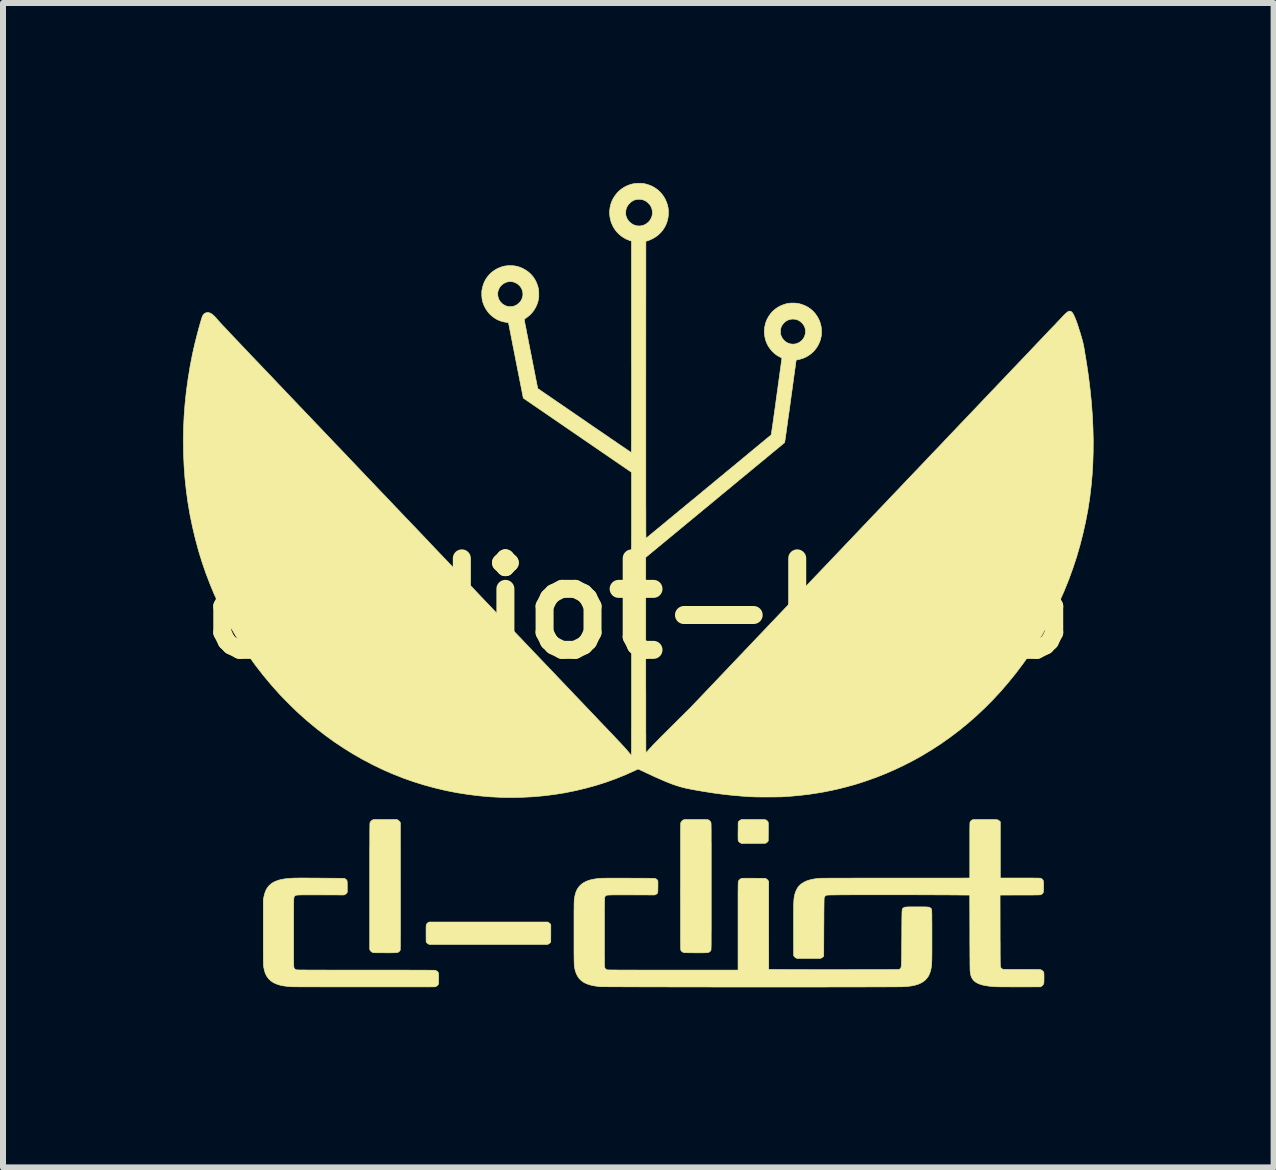
<source format=kicad_pcb>
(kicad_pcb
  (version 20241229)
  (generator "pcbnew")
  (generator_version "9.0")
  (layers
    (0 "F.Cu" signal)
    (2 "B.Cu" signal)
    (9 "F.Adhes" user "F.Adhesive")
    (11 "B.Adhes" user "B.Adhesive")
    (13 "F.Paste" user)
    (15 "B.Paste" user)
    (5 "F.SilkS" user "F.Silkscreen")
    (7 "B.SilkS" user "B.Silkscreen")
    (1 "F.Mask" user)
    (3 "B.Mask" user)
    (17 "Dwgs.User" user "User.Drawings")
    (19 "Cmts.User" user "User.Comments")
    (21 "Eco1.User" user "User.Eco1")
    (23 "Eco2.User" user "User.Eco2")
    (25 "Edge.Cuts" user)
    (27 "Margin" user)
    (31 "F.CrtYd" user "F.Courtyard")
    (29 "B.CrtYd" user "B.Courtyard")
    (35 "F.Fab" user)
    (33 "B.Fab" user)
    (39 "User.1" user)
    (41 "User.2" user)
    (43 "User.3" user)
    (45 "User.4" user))
  (footprint "d-diot-logo"
    (layer "F.Cu")
    (at 7.584 7.088)
    (property "Reference" "d-diot-logo" (at 0 0 0) (layer "F.SilkS") (effects (font (size 1.524 1.524) (thickness 0.3))))
    (attr through_hole)
    (fp_poly (pts (xy -1.495 5.231) (xy -1.483 5.24) (xy -1.471 5.25) (xy -1.462 5.261) (xy -1.458 5.271) (xy -1.457 5.276) (xy -1.457 5.286) (xy -1.457 5.303) (xy -1.457 5.323) (xy -1.457 5.348) (xy -1.457 5.375) (xy -1.457 5.405) (xy -1.457 5.417) (xy -1.458 5.556) (xy -1.467 5.568) (xy -1.476 5.577) (xy -1.487 5.585) (xy -1.494 5.589) (xy -1.512 5.598) (xy -3.48 5.598) (xy -3.498 5.589) (xy -3.515 5.578) (xy -3.525 5.567) (xy -3.534 5.553) (xy -3.535 5.42) (xy -3.535 5.38) (xy -3.535 5.346) (xy -3.535 5.318) (xy -3.534 5.297) (xy -3.533 5.282) (xy -3.532 5.274) (xy -3.532 5.273) (xy -3.524 5.255) (xy -3.51 5.24) (xy -3.497 5.231) (xy -3.483 5.224) (xy -1.509 5.224) (xy -1.495 5.231)) (stroke (width 0.01) (type solid)) (fill yes) (layer "F.SilkS"))
    (fp_poly (pts (xy 2.032 3.516) (xy 2.061 3.516) (xy 2.083 3.517) (xy 2.099 3.517) (xy 2.11 3.518) (xy 2.113 3.519) (xy 2.133 3.526) (xy 2.149 3.538) (xy 2.161 3.552) (xy 2.161 3.553) (xy 2.162 3.556) (xy 2.164 3.56) (xy 2.165 3.564) (xy 2.166 3.57) (xy 2.166 3.579) (xy 2.167 3.589) (xy 2.167 3.604) (xy 2.167 3.622) (xy 2.167 3.645) (xy 2.167 3.674) (xy 2.167 3.708) (xy 2.167 3.72) (xy 2.166 3.873) (xy 2.156 3.886) (xy 2.147 3.895) (xy 2.136 3.904) (xy 2.133 3.906) (xy 2.129 3.907) (xy 2.126 3.909) (xy 2.123 3.91) (xy 2.118 3.911) (xy 2.111 3.912) (xy 2.102 3.912) (xy 2.09 3.913) (xy 2.075 3.913) (xy 2.056 3.913) (xy 2.033 3.914) (xy 2.005 3.914) (xy 1.971 3.914) (xy 1.931 3.914) (xy 1.92 3.914) (xy 1.722 3.915) (xy 1.705 3.907) (xy 1.689 3.897) (xy 1.676 3.885) (xy 1.667 3.872) (xy 1.665 3.863) (xy 1.664 3.858) (xy 1.664 3.846) (xy 1.664 3.829) (xy 1.663 3.808) (xy 1.663 3.783) (xy 1.663 3.754) (xy 1.663 3.724) (xy 1.664 3.706) (xy 1.665 3.56) (xy 1.675 3.547) (xy 1.685 3.538) (xy 1.697 3.529) (xy 1.702 3.526) (xy 1.719 3.517) (xy 1.908 3.516) (xy 1.956 3.516) (xy 1.997 3.516) (xy 2.032 3.516)) (stroke (width 0.01) (type solid)) (fill yes) (layer "F.SilkS"))
    (fp_poly (pts (xy -4.237 3.516) (xy -4.209 3.516) (xy -4.018 3.517) (xy -4.002 3.527) (xy -3.99 3.536) (xy -3.979 3.547) (xy -3.975 3.552) (xy -3.964 3.567) (xy -3.963 4.626) (xy -3.963 4.733) (xy -3.963 4.833) (xy -3.963 4.927) (xy -3.963 5.015) (xy -3.963 5.097) (xy -3.963 5.172) (xy -3.963 5.242) (xy -3.963 5.306) (xy -3.963 5.365) (xy -3.963 5.418) (xy -3.963 5.466) (xy -3.964 5.509) (xy -3.964 5.547) (xy -3.964 5.58) (xy -3.964 5.609) (xy -3.964 5.633) (xy -3.965 5.653) (xy -3.965 5.669) (xy -3.965 5.681) (xy -3.966 5.689) (xy -3.966 5.693) (xy -3.966 5.694) (xy -3.971 5.702) (xy -3.979 5.711) (xy -3.984 5.715) (xy -3.989 5.72) (xy -3.994 5.724) (xy -4 5.727) (xy -4.006 5.729) (xy -4.014 5.732) (xy -4.024 5.733) (xy -4.036 5.735) (xy -4.051 5.735) (xy -4.071 5.736) (xy -4.094 5.736) (xy -4.122 5.737) (xy -4.156 5.737) (xy -4.195 5.737) (xy -4.218 5.737) (xy -4.253 5.736) (xy -4.286 5.736) (xy -4.317 5.736) (xy -4.345 5.736) (xy -4.369 5.736) (xy -4.388 5.735) (xy -4.403 5.735) (xy -4.411 5.735) (xy -4.413 5.735) (xy -4.428 5.73) (xy -4.443 5.721) (xy -4.456 5.71) (xy -4.465 5.698) (xy -4.466 5.697) (xy -4.474 5.681) (xy -4.474 4.63) (xy -4.474 4.53) (xy -4.474 4.436) (xy -4.474 4.349) (xy -4.474 4.268) (xy -4.474 4.192) (xy -4.474 4.123) (xy -4.474 4.059) (xy -4.474 4) (xy -4.473 3.946) (xy -4.473 3.896) (xy -4.473 3.852) (xy -4.473 3.811) (xy -4.473 3.775) (xy -4.473 3.742) (xy -4.473 3.713) (xy -4.473 3.688) (xy -4.472 3.666) (xy -4.472 3.646) (xy -4.472 3.63) (xy -4.472 3.616) (xy -4.471 3.604) (xy -4.471 3.594) (xy -4.471 3.586) (xy -4.47 3.58) (xy -4.47 3.575) (xy -4.469 3.571) (xy -4.469 3.569) (xy -4.468 3.566) (xy -4.468 3.565) (xy -4.467 3.564) (xy -4.459 3.551) (xy -4.446 3.537) (xy -4.431 3.526) (xy -4.417 3.519) (xy -4.415 3.519) (xy -4.41 3.518) (xy -4.4 3.517) (xy -4.386 3.517) (xy -4.367 3.516) (xy -4.343 3.516) (xy -4.314 3.516) (xy -4.278 3.516) (xy -4.237 3.516)) (stroke (width 0.01) (type solid)) (fill yes) (layer "F.SilkS"))
    (fp_poly (pts (xy 0.941 3.516) (xy 0.969 3.516) (xy 1.01 3.516) (xy 1.045 3.517) (xy 1.074 3.517) (xy 1.098 3.517) (xy 1.117 3.517) (xy 1.133 3.518) (xy 1.145 3.518) (xy 1.154 3.519) (xy 1.16 3.52) (xy 1.165 3.521) (xy 1.169 3.522) (xy 1.171 3.523) (xy 1.186 3.533) (xy 1.199 3.547) (xy 1.209 3.562) (xy 1.21 3.564) (xy 1.211 3.565) (xy 1.211 3.567) (xy 1.212 3.57) (xy 1.212 3.574) (xy 1.212 3.58) (xy 1.213 3.587) (xy 1.213 3.596) (xy 1.214 3.607) (xy 1.214 3.62) (xy 1.214 3.636) (xy 1.214 3.654) (xy 1.215 3.675) (xy 1.215 3.699) (xy 1.215 3.727) (xy 1.215 3.758) (xy 1.215 3.793) (xy 1.215 3.832) (xy 1.215 3.876) (xy 1.216 3.923) (xy 1.216 3.976) (xy 1.216 4.033) (xy 1.216 4.096) (xy 1.216 4.164) (xy 1.216 4.237) (xy 1.216 4.316) (xy 1.216 4.401) (xy 1.216 4.493) (xy 1.216 4.591) (xy 1.216 4.632) (xy 1.216 4.732) (xy 1.216 4.826) (xy 1.216 4.913) (xy 1.216 4.994) (xy 1.216 5.07) (xy 1.216 5.14) (xy 1.216 5.204) (xy 1.216 5.263) (xy 1.216 5.317) (xy 1.216 5.367) (xy 1.215 5.411) (xy 1.215 5.452) (xy 1.215 5.488) (xy 1.215 5.521) (xy 1.215 5.55) (xy 1.215 5.575) (xy 1.215 5.598) (xy 1.214 5.617) (xy 1.214 5.634) (xy 1.214 5.648) (xy 1.213 5.659) (xy 1.213 5.669) (xy 1.213 5.677) (xy 1.212 5.683) (xy 1.212 5.688) (xy 1.212 5.692) (xy 1.211 5.694) (xy 1.21 5.696) (xy 1.21 5.697) (xy 1.209 5.699) (xy 1.202 5.708) (xy 1.193 5.717) (xy 1.191 5.718) (xy 1.186 5.722) (xy 1.181 5.725) (xy 1.175 5.728) (xy 1.169 5.731) (xy 1.161 5.732) (xy 1.15 5.734) (xy 1.138 5.735) (xy 1.122 5.736) (xy 1.102 5.736) (xy 1.077 5.737) (xy 1.048 5.737) (xy 1.014 5.737) (xy 0.973 5.737) (xy 0.96 5.737) (xy 0.925 5.737) (xy 0.892 5.736) (xy 0.861 5.736) (xy 0.833 5.736) (xy 0.809 5.735) (xy 0.789 5.735) (xy 0.775 5.735) (xy 0.766 5.734) (xy 0.764 5.734) (xy 0.751 5.73) (xy 0.738 5.723) (xy 0.727 5.716) (xy 0.721 5.711) (xy 0.716 5.704) (xy 0.71 5.694) (xy 0.71 5.694) (xy 0.709 5.693) (xy 0.709 5.69) (xy 0.708 5.687) (xy 0.708 5.682) (xy 0.708 5.676) (xy 0.707 5.668) (xy 0.707 5.659) (xy 0.707 5.647) (xy 0.706 5.632) (xy 0.706 5.616) (xy 0.706 5.596) (xy 0.706 5.573) (xy 0.705 5.547) (xy 0.705 5.517) (xy 0.705 5.484) (xy 0.705 5.447) (xy 0.705 5.405) (xy 0.705 5.36) (xy 0.705 5.309) (xy 0.705 5.254) (xy 0.705 5.194) (xy 0.705 5.128) (xy 0.705 5.057) (xy 0.705 4.981) (xy 0.705 4.898) (xy 0.704 4.809) (xy 0.704 4.714) (xy 0.705 4.631) (xy 0.705 4.53) (xy 0.705 4.437) (xy 0.705 4.35) (xy 0.705 4.268) (xy 0.705 4.193) (xy 0.705 4.123) (xy 0.705 4.059) (xy 0.705 4) (xy 0.705 3.946) (xy 0.705 3.897) (xy 0.705 3.852) (xy 0.705 3.811) (xy 0.705 3.775) (xy 0.705 3.743) (xy 0.705 3.714) (xy 0.706 3.688) (xy 0.706 3.666) (xy 0.706 3.647) (xy 0.706 3.63) (xy 0.707 3.616) (xy 0.707 3.604) (xy 0.707 3.594) (xy 0.708 3.586) (xy 0.708 3.58) (xy 0.708 3.575) (xy 0.709 3.571) (xy 0.709 3.569) (xy 0.71 3.566) (xy 0.711 3.565) (xy 0.711 3.564) (xy 0.72 3.551) (xy 0.732 3.537) (xy 0.747 3.526) (xy 0.762 3.519) (xy 0.763 3.519) (xy 0.768 3.518) (xy 0.778 3.517) (xy 0.792 3.517) (xy 0.811 3.516) (xy 0.835 3.516) (xy 0.864 3.516) (xy 0.9 3.516) (xy 0.941 3.516)) (stroke (width 0.01) (type solid)) (fill yes) (layer "F.SilkS"))
    (fp_poly (pts (xy -5.566 4.491) (xy -5.519 4.491) (xy -5.467 4.492) (xy -5.408 4.492) (xy -5.344 4.492) (xy -5.292 4.493) (xy -4.899 4.496) (xy -4.885 4.503) (xy -4.87 4.513) (xy -4.859 4.526) (xy -4.851 4.539) (xy -4.851 4.541) (xy -4.85 4.547) (xy -4.849 4.558) (xy -4.849 4.574) (xy -4.848 4.594) (xy -4.848 4.617) (xy -4.848 4.638) (xy -4.848 4.727) (xy -4.857 4.741) (xy -4.87 4.755) (xy -4.884 4.764) (xy -4.902 4.773) (xy -5.292 4.772) (xy -5.353 4.772) (xy -5.409 4.772) (xy -5.458 4.772) (xy -5.501 4.772) (xy -5.539 4.772) (xy -5.573 4.772) (xy -5.601 4.772) (xy -5.626 4.773) (xy -5.647 4.773) (xy -5.664 4.774) (xy -5.678 4.775) (xy -5.689 4.776) (xy -5.698 4.777) (xy -5.705 4.778) (xy -5.71 4.78) (xy -5.714 4.782) (xy -5.717 4.784) (xy -5.72 4.787) (xy -5.722 4.789) (xy -5.725 4.792) (xy -5.727 4.795) (xy -5.729 4.797) (xy -5.731 4.799) (xy -5.732 4.802) (xy -5.734 4.805) (xy -5.735 4.81) (xy -5.736 4.815) (xy -5.737 4.823) (xy -5.738 4.832) (xy -5.739 4.843) (xy -5.74 4.857) (xy -5.74 4.874) (xy -5.741 4.894) (xy -5.741 4.917) (xy -5.741 4.944) (xy -5.742 4.975) (xy -5.742 5.01) (xy -5.742 5.05) (xy -5.742 5.096) (xy -5.742 5.146) (xy -5.742 5.202) (xy -5.742 5.264) (xy -5.742 5.331) (xy -5.742 5.398) (xy -5.742 5.471) (xy -5.742 5.538) (xy -5.742 5.598) (xy -5.742 5.653) (xy -5.742 5.702) (xy -5.742 5.745) (xy -5.742 5.784) (xy -5.742 5.818) (xy -5.742 5.848) (xy -5.741 5.874) (xy -5.741 5.896) (xy -5.741 5.915) (xy -5.741 5.931) (xy -5.74 5.944) (xy -5.74 5.955) (xy -5.739 5.963) (xy -5.739 5.97) (xy -5.738 5.975) (xy -5.738 5.979) (xy -5.737 5.982) (xy -5.736 5.984) (xy -5.736 5.985) (xy -5.726 6.002) (xy -5.713 6.014) (xy -5.695 6.021) (xy -5.693 6.021) (xy -5.689 6.022) (xy -5.68 6.022) (xy -5.666 6.022) (xy -5.648 6.023) (xy -5.624 6.023) (xy -5.595 6.023) (xy -5.561 6.023) (xy -5.522 6.024) (xy -5.477 6.024) (xy -5.426 6.024) (xy -5.37 6.024) (xy -5.308 6.024) (xy -5.24 6.024) (xy -5.167 6.025) (xy -5.087 6.025) (xy -5.001 6.025) (xy -4.908 6.025) (xy -4.81 6.025) (xy -4.704 6.025) (xy -4.592 6.025) (xy -4.535 6.025) (xy -4.421 6.025) (xy -4.312 6.025) (xy -4.209 6.025) (xy -4.112 6.025) (xy -4.02 6.025) (xy -3.935 6.025) (xy -3.855 6.025) (xy -3.781 6.026) (xy -3.713 6.026) (xy -3.652 6.026) (xy -3.596 6.026) (xy -3.547 6.026) (xy -3.504 6.027) (xy -3.467 6.027) (xy -3.437 6.027) (xy -3.414 6.027) (xy -3.397 6.028) (xy -3.387 6.028) (xy -3.383 6.028) (xy -3.366 6.035) (xy -3.35 6.046) (xy -3.338 6.058) (xy -3.332 6.066) (xy -3.33 6.071) (xy -3.329 6.077) (xy -3.328 6.084) (xy -3.327 6.094) (xy -3.326 6.107) (xy -3.326 6.124) (xy -3.326 6.147) (xy -3.326 6.166) (xy -3.326 6.192) (xy -3.326 6.212) (xy -3.326 6.228) (xy -3.327 6.239) (xy -3.328 6.248) (xy -3.329 6.254) (xy -3.33 6.259) (xy -3.333 6.264) (xy -3.333 6.265) (xy -3.343 6.279) (xy -3.357 6.29) (xy -3.374 6.299) (xy -3.389 6.304) (xy -3.394 6.304) (xy -3.405 6.304) (xy -3.422 6.304) (xy -3.445 6.304) (xy -3.474 6.305) (xy -3.508 6.305) (xy -3.547 6.305) (xy -3.59 6.305) (xy -3.638 6.305) (xy -3.69 6.305) (xy -3.746 6.305) (xy -3.806 6.305) (xy -3.868 6.305) (xy -3.934 6.305) (xy -4.002 6.305) (xy -4.072 6.305) (xy -4.145 6.305) (xy -4.219 6.305) (xy -4.294 6.305) (xy -4.371 6.305) (xy -4.448 6.305) (xy -4.526 6.305) (xy -4.605 6.305) (xy -4.683 6.305) (xy -4.76 6.305) (xy -4.837 6.305) (xy -4.913 6.305) (xy -4.988 6.305) (xy -5.061 6.305) (xy -5.133 6.305) (xy -5.202 6.305) (xy -5.269 6.305) (xy -5.333 6.304) (xy -5.393 6.304) (xy -5.451 6.304) (xy -5.505 6.304) (xy -5.555 6.304) (xy -5.6 6.304) (xy -5.641 6.304) (xy -5.678 6.303) (xy -5.709 6.303) (xy -5.734 6.303) (xy -5.754 6.303) (xy -5.768 6.303) (xy -5.776 6.302) (xy -5.776 6.302) (xy -5.842 6.297) (xy -5.902 6.289) (xy -5.956 6.279) (xy -6.005 6.265) (xy -6.049 6.248) (xy -6.087 6.228) (xy -6.121 6.205) (xy -6.15 6.178) (xy -6.176 6.148) (xy -6.182 6.138) (xy -6.2 6.108) (xy -6.215 6.074) (xy -6.227 6.036) (xy -6.237 5.992) (xy -6.241 5.971) (xy -6.241 5.966) (xy -6.242 5.961) (xy -6.243 5.954) (xy -6.243 5.947) (xy -6.244 5.939) (xy -6.244 5.928) (xy -6.245 5.916) (xy -6.245 5.901) (xy -6.245 5.883) (xy -6.246 5.863) (xy -6.246 5.839) (xy -6.246 5.811) (xy -6.246 5.78) (xy -6.246 5.744) (xy -6.247 5.703) (xy -6.247 5.657) (xy -6.247 5.606) (xy -6.247 5.549) (xy -6.247 5.486) (xy -6.247 5.417) (xy -6.247 4.858) (xy -6.239 4.814) (xy -6.228 4.766) (xy -6.215 4.724) (xy -6.199 4.686) (xy -6.179 4.653) (xy -6.156 4.624) (xy -6.141 4.609) (xy -6.114 4.586) (xy -6.083 4.565) (xy -6.049 4.548) (xy -6.01 4.533) (xy -5.967 4.52) (xy -5.92 4.51) (xy -5.866 4.502) (xy -5.808 4.497) (xy -5.761 4.494) (xy -5.745 4.493) (xy -5.726 4.492) (xy -5.703 4.492) (xy -5.675 4.492) (xy -5.644 4.491) (xy -5.607 4.491) (xy -5.566 4.491)) (stroke (width 0.01) (type solid)) (fill yes) (layer "F.SilkS"))
    (fp_poly (pts (xy 5.884 3.516) (xy 5.91 3.516) (xy 5.932 3.516) (xy 5.95 3.517) (xy 5.965 3.518) (xy 5.977 3.52) (xy 5.986 3.521) (xy 5.993 3.524) (xy 6 3.527) (xy 6.005 3.53) (xy 6.01 3.534) (xy 6.016 3.539) (xy 6.016 3.539) (xy 6.032 3.553) (xy 6.032 4.491) (xy 6.359 4.491) (xy 6.421 4.491) (xy 6.476 4.491) (xy 6.525 4.491) (xy 6.567 4.491) (xy 6.604 4.492) (xy 6.634 4.492) (xy 6.659 4.492) (xy 6.677 4.493) (xy 6.691 4.493) (xy 6.699 4.494) (xy 6.701 4.494) (xy 6.715 4.5) (xy 6.729 4.51) (xy 6.741 4.522) (xy 6.748 4.534) (xy 6.75 4.541) (xy 6.751 4.554) (xy 6.752 4.571) (xy 6.753 4.592) (xy 6.753 4.614) (xy 6.753 4.638) (xy 6.753 4.661) (xy 6.753 4.683) (xy 6.752 4.702) (xy 6.751 4.718) (xy 6.749 4.729) (xy 6.748 4.732) (xy 6.739 4.747) (xy 6.724 4.76) (xy 6.711 4.767) (xy 6.708 4.768) (xy 6.705 4.769) (xy 6.701 4.77) (xy 6.695 4.771) (xy 6.688 4.771) (xy 6.678 4.772) (xy 6.666 4.772) (xy 6.65 4.773) (xy 6.632 4.773) (xy 6.609 4.773) (xy 6.582 4.774) (xy 6.55 4.774) (xy 6.513 4.774) (xy 6.471 4.774) (xy 6.423 4.774) (xy 6.368 4.774) (xy 6.363 4.774) (xy 6.028 4.775) (xy 6.029 5.365) (xy 6.029 5.442) (xy 6.029 5.511) (xy 6.03 5.575) (xy 6.03 5.632) (xy 6.03 5.684) (xy 6.03 5.731) (xy 6.03 5.772) (xy 6.031 5.809) (xy 6.031 5.841) (xy 6.031 5.868) (xy 6.031 5.892) (xy 6.032 5.912) (xy 6.032 5.929) (xy 6.033 5.942) (xy 6.033 5.953) (xy 6.034 5.96) (xy 6.034 5.966) (xy 6.035 5.97) (xy 6.035 5.97) (xy 6.043 5.987) (xy 6.057 6.001) (xy 6.073 6.01) (xy 6.077 6.011) (xy 6.082 6.012) (xy 6.092 6.012) (xy 6.107 6.013) (xy 6.127 6.013) (xy 6.152 6.014) (xy 6.182 6.014) (xy 6.218 6.014) (xy 6.261 6.015) (xy 6.309 6.015) (xy 6.364 6.015) (xy 6.388 6.015) (xy 6.432 6.015) (xy 6.475 6.015) (xy 6.516 6.015) (xy 6.553 6.015) (xy 6.588 6.015) (xy 6.618 6.016) (xy 6.645 6.016) (xy 6.666 6.016) (xy 6.682 6.016) (xy 6.693 6.017) (xy 6.696 6.017) (xy 6.713 6.022) (xy 6.73 6.032) (xy 6.744 6.044) (xy 6.752 6.055) (xy 6.755 6.06) (xy 6.756 6.065) (xy 6.758 6.071) (xy 6.759 6.079) (xy 6.759 6.089) (xy 6.76 6.104) (xy 6.76 6.123) (xy 6.76 6.147) (xy 6.76 6.156) (xy 6.76 6.185) (xy 6.759 6.208) (xy 6.759 6.225) (xy 6.758 6.238) (xy 6.757 6.247) (xy 6.755 6.253) (xy 6.755 6.253) (xy 6.746 6.268) (xy 6.733 6.283) (xy 6.718 6.295) (xy 6.714 6.297) (xy 6.701 6.304) (xy 6.362 6.305) (xy 6.313 6.305) (xy 6.265 6.305) (xy 6.219 6.305) (xy 6.175 6.304) (xy 6.134 6.304) (xy 6.096 6.304) (xy 6.061 6.304) (xy 6.031 6.304) (xy 6.006 6.303) (xy 5.986 6.303) (xy 5.972 6.303) (xy 5.969 6.302) (xy 5.902 6.298) (xy 5.841 6.292) (xy 5.787 6.284) (xy 5.739 6.274) (xy 5.696 6.261) (xy 5.659 6.246) (xy 5.628 6.23) (xy 5.602 6.21) (xy 5.581 6.189) (xy 5.577 6.184) (xy 5.562 6.161) (xy 5.55 6.137) (xy 5.541 6.111) (xy 5.535 6.081) (xy 5.53 6.045) (xy 5.53 6.043) (xy 5.529 6.034) (xy 5.529 6.018) (xy 5.528 5.996) (xy 5.528 5.968) (xy 5.527 5.933) (xy 5.527 5.892) (xy 5.527 5.844) (xy 5.526 5.79) (xy 5.526 5.729) (xy 5.526 5.661) (xy 5.525 5.587) (xy 5.525 5.506) (xy 5.525 5.418) (xy 5.525 5.389) (xy 5.523 4.775) (xy 5.345 4.774) (xy 5.308 4.773) (xy 5.265 4.773) (xy 5.217 4.773) (xy 5.163 4.772) (xy 5.105 4.772) (xy 5.043 4.772) (xy 4.977 4.772) (xy 4.908 4.771) (xy 4.835 4.771) (xy 4.761 4.771) (xy 4.684 4.771) (xy 4.606 4.77) (xy 4.526 4.77) (xy 4.446 4.77) (xy 4.365 4.77) (xy 4.285 4.77) (xy 4.205 4.77) (xy 4.127 4.77) (xy 4.05 4.77) (xy 3.974 4.77) (xy 3.902 4.77) (xy 3.832 4.77) (xy 3.765 4.77) (xy 3.702 4.77) (xy 3.643 4.77) (xy 3.588 4.77) (xy 3.539 4.77) (xy 3.495 4.771) (xy 3.457 4.771) (xy 3.425 4.771) (xy 3.424 4.771) (xy 3.374 4.771) (xy 3.33 4.772) (xy 3.291 4.772) (xy 3.259 4.773) (xy 3.231 4.773) (xy 3.208 4.773) (xy 3.189 4.774) (xy 3.173 4.774) (xy 3.161 4.775) (xy 3.151 4.775) (xy 3.144 4.776) (xy 3.139 4.777) (xy 3.135 4.778) (xy 3.132 4.779) (xy 3.129 4.78) (xy 3.128 4.781) (xy 3.114 4.791) (xy 3.103 4.807) (xy 3.098 4.822) (xy 3.097 4.827) (xy 3.097 4.838) (xy 3.096 4.855) (xy 3.096 4.878) (xy 3.095 4.908) (xy 3.095 4.944) (xy 3.094 4.986) (xy 3.094 5.034) (xy 3.093 5.089) (xy 3.093 5.15) (xy 3.093 5.219) (xy 3.092 5.293) (xy 3.092 5.312) (xy 3.09 5.79) (xy 3.083 5.8) (xy 3.075 5.808) (xy 3.064 5.816) (xy 3.056 5.821) (xy 3.036 5.83) (xy 2.643 5.83) (xy 2.626 5.821) (xy 2.611 5.811) (xy 2.599 5.798) (xy 2.589 5.784) (xy 2.588 5.367) (xy 2.588 5.298) (xy 2.588 5.235) (xy 2.588 5.179) (xy 2.588 5.128) (xy 2.588 5.082) (xy 2.588 5.042) (xy 2.589 5.005) (xy 2.589 4.973) (xy 2.589 4.945) (xy 2.59 4.921) (xy 2.591 4.899) (xy 2.592 4.88) (xy 2.593 4.863) (xy 2.594 4.848) (xy 2.595 4.835) (xy 2.597 4.823) (xy 2.598 4.812) (xy 2.599 4.807) (xy 2.61 4.757) (xy 2.626 4.711) (xy 2.645 4.671) (xy 2.668 4.636) (xy 2.696 4.606) (xy 2.717 4.589) (xy 2.745 4.57) (xy 2.776 4.553) (xy 2.809 4.538) (xy 2.846 4.526) (xy 2.888 4.515) (xy 2.935 4.506) (xy 2.987 4.499) (xy 2.992 4.498) (xy 2.997 4.498) (xy 3.003 4.497) (xy 3.009 4.497) (xy 3.016 4.496) (xy 3.024 4.496) (xy 3.033 4.496) (xy 3.044 4.495) (xy 3.056 4.495) (xy 3.071 4.495) (xy 3.088 4.494) (xy 3.107 4.494) (xy 3.129 4.494) (xy 3.153 4.494) (xy 3.181 4.493) (xy 3.213 4.493) (xy 3.248 4.493) (xy 3.286 4.493) (xy 3.329 4.493) (xy 3.376 4.493) (xy 3.428 4.493) (xy 3.485 4.493) (xy 3.546 4.493) (xy 3.613 4.492) (xy 3.685 4.492) (xy 3.763 4.492) (xy 3.846 4.492) (xy 3.936 4.492) (xy 4.033 4.492) (xy 4.101 4.492) (xy 4.188 4.492) (xy 4.274 4.492) (xy 4.358 4.492) (xy 4.442 4.492) (xy 4.524 4.492) (xy 4.604 4.492) (xy 4.681 4.492) (xy 4.756 4.492) (xy 4.828 4.492) (xy 4.897 4.492) (xy 4.963 4.492) (xy 5.024 4.492) (xy 5.082 4.492) (xy 5.135 4.492) (xy 5.183 4.492) (xy 5.225 4.492) (xy 5.263 4.492) (xy 5.295 4.492) (xy 5.32 4.492) (xy 5.339 4.492) (xy 5.342 4.492) (xy 5.524 4.491) (xy 5.524 4.032) (xy 5.524 3.966) (xy 5.524 3.907) (xy 5.524 3.854) (xy 5.524 3.806) (xy 5.524 3.764) (xy 5.524 3.727) (xy 5.524 3.695) (xy 5.524 3.668) (xy 5.525 3.644) (xy 5.525 3.624) (xy 5.525 3.608) (xy 5.526 3.594) (xy 5.526 3.584) (xy 5.526 3.575) (xy 5.527 3.569) (xy 5.528 3.565) (xy 5.528 3.562) (xy 5.529 3.56) (xy 5.539 3.543) (xy 5.553 3.53) (xy 5.563 3.524) (xy 5.566 3.523) (xy 5.569 3.521) (xy 5.573 3.52) (xy 5.578 3.519) (xy 5.585 3.519) (xy 5.594 3.518) (xy 5.607 3.518) (xy 5.623 3.517) (xy 5.643 3.517) (xy 5.667 3.517) (xy 5.697 3.516) (xy 5.732 3.516) (xy 5.77 3.516) (xy 5.814 3.516) (xy 5.852 3.516) (xy 5.884 3.516)) (stroke (width 0.01) (type solid)) (fill yes) (layer "F.SilkS"))
    (fp_poly (pts (xy -0.368 4.493) (xy -0.317 4.493) (xy -0.26 4.493) (xy -0.197 4.493) (xy -0.171 4.493) (xy -0.11 4.494) (xy -0.052 4.494) (xy 0.002 4.494) (xy 0.052 4.494) (xy 0.098 4.495) (xy 0.14 4.495) (xy 0.177 4.495) (xy 0.208 4.496) (xy 0.234 4.496) (xy 0.254 4.497) (xy 0.269 4.497) (xy 0.277 4.497) (xy 0.278 4.498) (xy 0.297 4.506) (xy 0.313 4.518) (xy 0.321 4.528) (xy 0.323 4.531) (xy 0.325 4.535) (xy 0.326 4.539) (xy 0.327 4.545) (xy 0.328 4.554) (xy 0.328 4.566) (xy 0.328 4.582) (xy 0.328 4.603) (xy 0.328 4.63) (xy 0.328 4.636) (xy 0.327 4.666) (xy 0.327 4.691) (xy 0.326 4.71) (xy 0.325 4.725) (xy 0.323 4.736) (xy 0.319 4.744) (xy 0.315 4.75) (xy 0.309 4.755) (xy 0.302 4.759) (xy 0.292 4.764) (xy 0.292 4.764) (xy 0.273 4.773) (xy -0.115 4.772) (xy -0.176 4.772) (xy -0.231 4.772) (xy -0.28 4.772) (xy -0.324 4.772) (xy -0.362 4.772) (xy -0.395 4.772) (xy -0.423 4.772) (xy -0.447 4.773) (xy -0.468 4.773) (xy -0.485 4.774) (xy -0.499 4.775) (xy -0.51 4.776) (xy -0.519 4.777) (xy -0.526 4.778) (xy -0.531 4.78) (xy -0.535 4.782) (xy -0.539 4.784) (xy -0.541 4.786) (xy -0.544 4.789) (xy -0.546 4.791) (xy -0.548 4.794) (xy -0.55 4.796) (xy -0.552 4.798) (xy -0.554 4.8) (xy -0.555 4.804) (xy -0.557 4.808) (xy -0.558 4.813) (xy -0.559 4.821) (xy -0.56 4.83) (xy -0.561 4.841) (xy -0.561 4.855) (xy -0.562 4.871) (xy -0.562 4.891) (xy -0.563 4.914) (xy -0.563 4.941) (xy -0.563 4.972) (xy -0.564 5.007) (xy -0.564 5.047) (xy -0.564 5.092) (xy -0.564 5.142) (xy -0.564 5.198) (xy -0.564 5.259) (xy -0.564 5.327) (xy -0.564 5.398) (xy -0.564 5.471) (xy -0.564 5.538) (xy -0.564 5.598) (xy -0.564 5.653) (xy -0.564 5.702) (xy -0.564 5.745) (xy -0.564 5.784) (xy -0.563 5.818) (xy -0.563 5.848) (xy -0.563 5.874) (xy -0.563 5.896) (xy -0.563 5.915) (xy -0.562 5.931) (xy -0.562 5.944) (xy -0.562 5.955) (xy -0.561 5.963) (xy -0.561 5.97) (xy -0.56 5.975) (xy -0.559 5.979) (xy -0.559 5.982) (xy -0.558 5.984) (xy -0.558 5.985) (xy -0.548 6.002) (xy -0.535 6.014) (xy -0.516 6.021) (xy -0.515 6.021) (xy -0.511 6.022) (xy -0.502 6.022) (xy -0.488 6.022) (xy -0.469 6.023) (xy -0.445 6.023) (xy -0.416 6.023) (xy -0.382 6.023) (xy -0.342 6.024) (xy -0.297 6.024) (xy -0.246 6.024) (xy -0.19 6.024) (xy -0.127 6.024) (xy -0.059 6.024) (xy 0.015 6.025) (xy 0.095 6.025) (xy 0.182 6.025) (xy 0.275 6.025) (xy 0.375 6.025) (xy 0.481 6.025) (xy 0.583 6.025) (xy 1.663 6.025) (xy 1.663 5.291) (xy 1.663 5.208) (xy 1.663 5.131) (xy 1.663 5.061) (xy 1.663 4.996) (xy 1.663 4.937) (xy 1.663 4.884) (xy 1.663 4.836) (xy 1.663 4.793) (xy 1.663 4.754) (xy 1.663 4.72) (xy 1.664 4.689) (xy 1.664 4.663) (xy 1.664 4.64) (xy 1.664 4.62) (xy 1.665 4.604) (xy 1.665 4.59) (xy 1.665 4.578) (xy 1.666 4.569) (xy 1.666 4.562) (xy 1.666 4.556) (xy 1.667 4.551) (xy 1.668 4.548) (xy 1.668 4.546) (xy 1.669 4.544) (xy 1.669 4.543) (xy 1.678 4.53) (xy 1.69 4.517) (xy 1.704 4.506) (xy 1.717 4.498) (xy 1.72 4.498) (xy 1.727 4.497) (xy 1.739 4.496) (xy 1.757 4.495) (xy 1.782 4.495) (xy 1.812 4.495) (xy 1.85 4.495) (xy 1.893 4.495) (xy 1.926 4.495) (xy 2.118 4.496) (xy 2.134 4.505) (xy 2.146 4.514) (xy 2.157 4.525) (xy 2.161 4.531) (xy 2.173 4.547) (xy 2.173 5.28) (xy 2.174 6.014) (xy 2.47 6.016) (xy 2.502 6.016) (xy 2.54 6.017) (xy 2.584 6.017) (xy 2.634 6.017) (xy 2.688 6.017) (xy 2.747 6.017) (xy 2.81 6.017) (xy 2.877 6.018) (xy 2.946 6.018) (xy 3.018 6.018) (xy 3.092 6.018) (xy 3.168 6.018) (xy 3.245 6.018) (xy 3.323 6.018) (xy 3.401 6.018) (xy 3.478 6.018) (xy 3.553 6.017) (xy 4.34 6.016) (xy 4.355 6.009) (xy 4.366 6.001) (xy 4.374 5.99) (xy 4.376 5.985) (xy 4.378 5.981) (xy 4.379 5.976) (xy 4.381 5.971) (xy 4.382 5.963) (xy 4.383 5.954) (xy 4.384 5.943) (xy 4.385 5.93) (xy 4.385 5.913) (xy 4.386 5.894) (xy 4.387 5.871) (xy 4.387 5.845) (xy 4.388 5.814) (xy 4.388 5.779) (xy 4.389 5.74) (xy 4.389 5.695) (xy 4.389 5.645) (xy 4.39 5.589) (xy 4.39 5.527) (xy 4.391 5.459) (xy 4.391 5.432) (xy 4.391 5.37) (xy 4.391 5.314) (xy 4.392 5.264) (xy 4.392 5.22) (xy 4.392 5.182) (xy 4.393 5.148) (xy 4.393 5.119) (xy 4.394 5.094) (xy 4.394 5.073) (xy 4.395 5.055) (xy 4.396 5.041) (xy 4.397 5.029) (xy 4.398 5.02) (xy 4.4 5.013) (xy 4.401 5.007) (xy 4.403 5.003) (xy 4.405 5) (xy 4.408 4.997) (xy 4.411 4.995) (xy 4.414 4.993) (xy 4.416 4.991) (xy 4.421 4.987) (xy 4.426 4.984) (xy 4.431 4.981) (xy 4.438 4.978) (xy 4.446 4.976) (xy 4.457 4.975) (xy 4.47 4.974) (xy 4.487 4.973) (xy 4.508 4.972) (xy 4.533 4.972) (xy 4.563 4.972) (xy 4.599 4.972) (xy 4.642 4.972) (xy 4.643 4.972) (xy 4.685 4.972) (xy 4.721 4.972) (xy 4.751 4.972) (xy 4.776 4.972) (xy 4.797 4.973) (xy 4.813 4.974) (xy 4.827 4.975) (xy 4.837 4.976) (xy 4.846 4.978) (xy 4.852 4.98) (xy 4.858 4.983) (xy 4.863 4.986) (xy 4.868 4.99) (xy 4.868 4.99) (xy 4.872 4.993) (xy 4.875 4.995) (xy 4.878 4.997) (xy 4.881 4.999) (xy 4.883 5.003) (xy 4.885 5.007) (xy 4.886 5.012) (xy 4.888 5.02) (xy 4.889 5.03) (xy 4.89 5.042) (xy 4.89 5.057) (xy 4.891 5.076) (xy 4.892 5.098) (xy 4.892 5.124) (xy 4.892 5.155) (xy 4.892 5.19) (xy 4.893 5.231) (xy 4.893 5.277) (xy 4.893 5.329) (xy 4.893 5.387) (xy 4.893 5.41) (xy 4.893 5.482) (xy 4.893 5.547) (xy 4.893 5.606) (xy 4.893 5.66) (xy 4.893 5.708) (xy 4.893 5.751) (xy 4.892 5.79) (xy 4.892 5.824) (xy 4.891 5.855) (xy 4.89 5.882) (xy 4.889 5.906) (xy 4.887 5.928) (xy 4.886 5.947) (xy 4.884 5.964) (xy 4.882 5.98) (xy 4.879 5.994) (xy 4.877 6.008) (xy 4.874 6.021) (xy 4.871 6.034) (xy 4.87 6.037) (xy 4.855 6.082) (xy 4.836 6.123) (xy 4.811 6.159) (xy 4.782 6.191) (xy 4.748 6.218) (xy 4.708 6.241) (xy 4.663 6.261) (xy 4.613 6.276) (xy 4.596 6.28) (xy 4.562 6.287) (xy 4.527 6.292) (xy 4.489 6.297) (xy 4.448 6.3) (xy 4.408 6.302) (xy 4.399 6.303) (xy 4.383 6.303) (xy 4.361 6.303) (xy 4.332 6.303) (xy 4.298 6.304) (xy 4.258 6.304) (xy 4.212 6.304) (xy 4.161 6.304) (xy 4.104 6.305) (xy 4.043 6.305) (xy 3.977 6.305) (xy 3.907 6.305) (xy 3.832 6.305) (xy 3.753 6.306) (xy 3.67 6.306) (xy 3.583 6.306) (xy 3.493 6.306) (xy 3.399 6.306) (xy 3.303 6.306) (xy 3.203 6.306) (xy 3.101 6.307) (xy 2.996 6.307) (xy 2.889 6.307) (xy 2.78 6.307) (xy 2.669 6.307) (xy 2.556 6.307) (xy 2.442 6.307) (xy 2.327 6.307) (xy 2.21 6.307) (xy 2.093 6.307) (xy 1.974 6.307) (xy 1.856 6.307) (xy 1.737 6.307) (xy 1.618 6.307) (xy 1.499 6.307) (xy 1.38 6.307) (xy 1.262 6.307) (xy 1.145 6.306) (xy 1.029 6.306) (xy 0.914 6.306) (xy 0.8 6.306) (xy 0.688 6.306) (xy 0.577 6.306) (xy 0.557 6.306) (xy 0.468 6.305) (xy 0.381 6.305) (xy 0.296 6.305) (xy 0.212 6.305) (xy 0.132 6.305) (xy 0.054 6.305) (xy -0.022 6.304) (xy -0.094 6.304) (xy -0.162 6.304) (xy -0.227 6.304) (xy -0.288 6.303) (xy -0.345 6.303) (xy -0.398 6.303) (xy -0.445 6.303) (xy -0.488 6.303) (xy -0.526 6.302) (xy -0.559 6.302) (xy -0.586 6.302) (xy -0.606 6.302) (xy -0.621 6.302) (xy -0.63 6.301) (xy -0.632 6.301) (xy -0.64 6.3) (xy -0.654 6.298) (xy -0.67 6.296) (xy -0.688 6.294) (xy -0.689 6.294) (xy -0.749 6.285) (xy -0.803 6.272) (xy -0.851 6.256) (xy -0.894 6.237) (xy -0.932 6.213) (xy -0.965 6.185) (xy -0.993 6.154) (xy -1.016 6.117) (xy -1.035 6.077) (xy -1.05 6.031) (xy -1.058 5.996) (xy -1.06 5.987) (xy -1.061 5.979) (xy -1.062 5.97) (xy -1.064 5.96) (xy -1.065 5.949) (xy -1.066 5.937) (xy -1.066 5.923) (xy -1.067 5.907) (xy -1.068 5.888) (xy -1.068 5.867) (xy -1.069 5.842) (xy -1.069 5.814) (xy -1.069 5.782) (xy -1.07 5.745) (xy -1.07 5.705) (xy -1.07 5.659) (xy -1.07 5.608) (xy -1.07 5.551) (xy -1.07 5.489) (xy -1.07 5.42) (xy -1.07 5.395) (xy -1.07 5.326) (xy -1.07 5.262) (xy -1.07 5.205) (xy -1.07 5.154) (xy -1.07 5.107) (xy -1.07 5.066) (xy -1.07 5.03) (xy -1.069 4.998) (xy -1.069 4.97) (xy -1.069 4.946) (xy -1.069 4.925) (xy -1.068 4.908) (xy -1.068 4.893) (xy -1.067 4.88) (xy -1.067 4.869) (xy -1.066 4.86) (xy -1.065 4.852) (xy -1.065 4.847) (xy -1.057 4.796) (xy -1.046 4.751) (xy -1.032 4.71) (xy -1.014 4.674) (xy -0.991 4.641) (xy -0.974 4.621) (xy -0.943 4.592) (xy -0.907 4.567) (xy -0.865 4.546) (xy -0.819 4.528) (xy -0.766 4.515) (xy -0.737 4.509) (xy -0.722 4.507) (xy -0.709 4.505) (xy -0.697 4.503) (xy -0.685 4.501) (xy -0.672 4.5) (xy -0.659 4.498) (xy -0.646 4.497) (xy -0.631 4.496) (xy -0.614 4.495) (xy -0.595 4.495) (xy -0.573 4.494) (xy -0.549 4.494) (xy -0.521 4.493) (xy -0.489 4.493) (xy -0.453 4.493) (xy -0.413 4.493) (xy -0.368 4.493)) (stroke (width 0.01) (type solid)) (fill yes) (layer "F.SilkS"))
    (fp_poly (pts (xy 0.054 -7.083) (xy 0.082 -7.081) (xy 0.105 -7.077) (xy 0.106 -7.077) (xy 0.162 -7.062) (xy 0.215 -7.042) (xy 0.265 -7.016) (xy 0.311 -6.985) (xy 0.353 -6.949) (xy 0.391 -6.908) (xy 0.424 -6.864) (xy 0.451 -6.815) (xy 0.474 -6.763) (xy 0.491 -6.708) (xy 0.496 -6.682) (xy 0.5 -6.656) (xy 0.502 -6.627) (xy 0.502 -6.594) (xy 0.502 -6.562) (xy 0.499 -6.533) (xy 0.496 -6.511) (xy 0.483 -6.455) (xy 0.464 -6.401) (xy 0.439 -6.351) (xy 0.409 -6.305) (xy 0.373 -6.262) (xy 0.333 -6.224) (xy 0.288 -6.19) (xy 0.239 -6.161) (xy 0.186 -6.137) (xy 0.147 -6.124) (xy 0.127 -6.118) (xy 0.126 -3.643) (xy 0.126 -3.477) (xy 0.126 -3.316) (xy 0.126 -3.161) (xy 0.126 -3.011) (xy 0.126 -2.867) (xy 0.126 -2.728) (xy 0.126 -2.594) (xy 0.126 -2.466) (xy 0.126 -2.344) (xy 0.126 -2.228) (xy 0.126 -2.117) (xy 0.126 -2.012) (xy 0.126 -1.913) (xy 0.126 -1.82) (xy 0.126 -1.733) (xy 0.127 -1.651) (xy 0.127 -1.576) (xy 0.127 -1.507) (xy 0.127 -1.445) (xy 0.127 -1.388) (xy 0.127 -1.338) (xy 0.127 -1.294) (xy 0.128 -1.257) (xy 0.128 -1.226) (xy 0.128 -1.202) (xy 0.128 -1.184) (xy 0.128 -1.173) (xy 0.129 -1.169) (xy 0.129 -1.169) (xy 0.131 -1.171) (xy 0.139 -1.178) (xy 0.152 -1.188) (xy 0.169 -1.202) (xy 0.191 -1.22) (xy 0.218 -1.242) (xy 0.248 -1.267) (xy 0.282 -1.295) (xy 0.321 -1.327) (xy 0.363 -1.361) (xy 0.408 -1.399) (xy 0.457 -1.439) (xy 0.508 -1.482) (xy 0.563 -1.527) (xy 0.62 -1.574) (xy 0.68 -1.624) (xy 0.743 -1.675) (xy 0.807 -1.729) (xy 0.874 -1.784) (xy 0.943 -1.84) (xy 1.013 -1.898) (xy 1.085 -1.958) (xy 1.158 -2.018) (xy 1.171 -2.029) (xy 1.244 -2.089) (xy 1.316 -2.149) (xy 1.387 -2.207) (xy 1.455 -2.264) (xy 1.523 -2.32) (xy 1.588 -2.373) (xy 1.65 -2.425) (xy 1.711 -2.475) (xy 1.769 -2.523) (xy 1.824 -2.569) (xy 1.876 -2.612) (xy 1.926 -2.653) (xy 1.972 -2.691) (xy 2.014 -2.726) (xy 2.053 -2.758) (xy 2.088 -2.787) (xy 2.119 -2.813) (xy 2.146 -2.835) (xy 2.169 -2.854) (xy 2.187 -2.869) (xy 2.201 -2.88) (xy 2.21 -2.887) (xy 2.214 -2.89) (xy 2.214 -2.891) (xy 2.215 -2.894) (xy 2.217 -2.905) (xy 2.22 -2.922) (xy 2.223 -2.946) (xy 2.228 -2.976) (xy 2.233 -3.014) (xy 2.24 -3.057) (xy 2.247 -3.108) (xy 2.255 -3.165) (xy 2.264 -3.229) (xy 2.274 -3.3) (xy 2.285 -3.377) (xy 2.296 -3.461) (xy 2.306 -3.534) (xy 2.315 -3.599) (xy 2.324 -3.662) (xy 2.332 -3.723) (xy 2.34 -3.781) (xy 2.348 -3.837) (xy 2.355 -3.89) (xy 2.362 -3.939) (xy 2.368 -3.985) (xy 2.374 -4.026) (xy 2.379 -4.063) (xy 2.383 -4.095) (xy 2.387 -4.122) (xy 2.39 -4.144) (xy 2.392 -4.16) (xy 2.393 -4.17) (xy 2.394 -4.174) (xy 2.394 -4.174) (xy 2.39 -4.175) (xy 2.382 -4.179) (xy 2.371 -4.185) (xy 2.36 -4.19) (xy 2.312 -4.217) (xy 2.269 -4.25) (xy 2.231 -4.286) (xy 2.197 -4.327) (xy 2.167 -4.37) (xy 2.143 -4.417) (xy 2.124 -4.466) (xy 2.111 -4.518) (xy 2.103 -4.57) (xy 2.101 -4.624) (xy 2.101 -4.626) (xy 2.369 -4.626) (xy 2.369 -4.598) (xy 2.372 -4.572) (xy 2.377 -4.551) (xy 2.392 -4.517) (xy 2.412 -4.486) (xy 2.437 -4.459) (xy 2.466 -4.437) (xy 2.499 -4.42) (xy 2.505 -4.418) (xy 2.541 -4.407) (xy 2.577 -4.404) (xy 2.614 -4.407) (xy 2.637 -4.413) (xy 2.672 -4.427) (xy 2.703 -4.446) (xy 2.73 -4.47) (xy 2.752 -4.498) (xy 2.769 -4.53) (xy 2.781 -4.564) (xy 2.787 -4.6) (xy 2.787 -4.614) (xy 2.784 -4.651) (xy 2.775 -4.685) (xy 2.759 -4.717) (xy 2.737 -4.747) (xy 2.725 -4.76) (xy 2.696 -4.785) (xy 2.665 -4.803) (xy 2.633 -4.815) (xy 2.597 -4.821) (xy 2.567 -4.822) (xy 2.531 -4.817) (xy 2.496 -4.806) (xy 2.464 -4.789) (xy 2.436 -4.767) (xy 2.411 -4.74) (xy 2.391 -4.71) (xy 2.377 -4.677) (xy 2.372 -4.653) (xy 2.369 -4.626) (xy 2.101 -4.626) (xy 2.105 -4.677) (xy 2.116 -4.731) (xy 2.125 -4.764) (xy 2.146 -4.817) (xy 2.173 -4.866) (xy 2.205 -4.911) (xy 2.241 -4.952) (xy 2.283 -4.988) (xy 2.328 -5.019) (xy 2.377 -5.045) (xy 2.43 -5.066) (xy 2.483 -5.081) (xy 2.511 -5.085) (xy 2.543 -5.088) (xy 2.577 -5.088) (xy 2.611 -5.088) (xy 2.642 -5.085) (xy 2.67 -5.081) (xy 2.671 -5.081) (xy 2.728 -5.065) (xy 2.781 -5.044) (xy 2.83 -5.018) (xy 2.875 -4.986) (xy 2.916 -4.95) (xy 2.952 -4.909) (xy 2.983 -4.863) (xy 3.01 -4.814) (xy 3.031 -4.761) (xy 3.045 -4.706) (xy 3.049 -4.681) (xy 3.052 -4.652) (xy 3.053 -4.62) (xy 3.053 -4.588) (xy 3.051 -4.558) (xy 3.048 -4.532) (xy 3.047 -4.529) (xy 3.034 -4.474) (xy 3.014 -4.422) (xy 2.989 -4.373) (xy 2.959 -4.328) (xy 2.924 -4.286) (xy 2.884 -4.249) (xy 2.841 -4.217) (xy 2.793 -4.189) (xy 2.742 -4.167) (xy 2.688 -4.151) (xy 2.679 -4.149) (xy 2.665 -4.146) (xy 2.652 -4.143) (xy 2.643 -4.142) (xy 2.641 -4.142) (xy 2.635 -4.141) (xy 2.632 -4.137) (xy 2.63 -4.129) (xy 2.629 -4.125) (xy 2.628 -4.114) (xy 2.625 -4.097) (xy 2.622 -4.074) (xy 2.618 -4.046) (xy 2.614 -4.012) (xy 2.608 -3.974) (xy 2.603 -3.932) (xy 2.596 -3.885) (xy 2.589 -3.835) (xy 2.582 -3.781) (xy 2.574 -3.724) (xy 2.566 -3.664) (xy 2.557 -3.602) (xy 2.548 -3.538) (xy 2.539 -3.471) (xy 2.535 -3.441) (xy 2.526 -3.374) (xy 2.517 -3.309) (xy 2.508 -3.246) (xy 2.499 -3.186) (xy 2.491 -3.128) (xy 2.484 -3.073) (xy 2.476 -3.022) (xy 2.47 -2.974) (xy 2.464 -2.931) (xy 2.458 -2.891) (xy 2.453 -2.857) (xy 2.449 -2.827) (xy 2.445 -2.803) (xy 2.442 -2.784) (xy 2.44 -2.771) (xy 2.439 -2.765) (xy 2.439 -2.764) (xy 2.436 -2.761) (xy 2.428 -2.755) (xy 2.415 -2.745) (xy 2.398 -2.73) (xy 2.376 -2.712) (xy 2.35 -2.69) (xy 2.319 -2.665) (xy 2.284 -2.636) (xy 2.246 -2.605) (xy 2.204 -2.57) (xy 2.158 -2.532) (xy 2.109 -2.491) (xy 2.056 -2.448) (xy 2.001 -2.402) (xy 1.942 -2.354) (xy 1.881 -2.303) (xy 1.818 -2.251) (xy 1.751 -2.196) (xy 1.683 -2.14) (xy 1.613 -2.082) (xy 1.541 -2.022) (xy 1.467 -1.961) (xy 1.391 -1.899) (xy 1.315 -1.835) (xy 1.281 -1.807) (xy 0.125 -0.852) (xy 0.125 0.776) (xy 0.125 0.889) (xy 0.125 0.999) (xy 0.125 1.107) (xy 0.125 1.211) (xy 0.125 1.312) (xy 0.126 1.41) (xy 0.126 1.504) (xy 0.126 1.595) (xy 0.126 1.682) (xy 0.126 1.764) (xy 0.126 1.843) (xy 0.126 1.917) (xy 0.126 1.987) (xy 0.126 2.052) (xy 0.127 2.112) (xy 0.127 2.167) (xy 0.127 2.216) (xy 0.127 2.261) (xy 0.127 2.299) (xy 0.127 2.332) (xy 0.128 2.359) (xy 0.128 2.38) (xy 0.128 2.394) (xy 0.128 2.402) (xy 0.128 2.404) (xy 0.131 2.401) (xy 0.138 2.394) (xy 0.148 2.384) (xy 0.159 2.371) (xy 0.164 2.366) (xy 0.182 2.345) (xy 0.201 2.325) (xy 0.222 2.303) (xy 0.243 2.279) (xy 0.267 2.254) (xy 0.293 2.228) (xy 0.322 2.198) (xy 0.353 2.166) (xy 0.387 2.132) (xy 0.425 2.094) (xy 0.467 2.052) (xy 0.513 2.007) (xy 0.563 1.957) (xy 0.596 1.924) (xy 0.865 1.658) (xy 2.829 -0.406) (xy 2.933 -0.516) (xy 3.039 -0.627) (xy 3.146 -0.739) (xy 3.254 -0.853) (xy 3.364 -0.968) (xy 3.474 -1.084) (xy 3.585 -1.2) (xy 3.696 -1.317) (xy 3.808 -1.435) (xy 3.919 -1.552) (xy 4.031 -1.669) (xy 4.142 -1.786) (xy 4.252 -1.902) (xy 4.362 -2.017) (xy 4.47 -2.131) (xy 4.578 -2.244) (xy 4.684 -2.355) (xy 4.788 -2.464) (xy 4.89 -2.572) (xy 4.991 -2.677) (xy 5.089 -2.78) (xy 5.184 -2.881) (xy 5.277 -2.978) (xy 5.367 -3.073) (xy 5.454 -3.164) (xy 5.538 -3.252) (xy 5.618 -3.336) (xy 5.694 -3.416) (xy 5.766 -3.492) (xy 5.834 -3.564) (xy 5.898 -3.631) (xy 5.927 -3.661) (xy 5.999 -3.737) (xy 6.071 -3.812) (xy 6.141 -3.886) (xy 6.21 -3.959) (xy 6.278 -4.03) (xy 6.344 -4.099) (xy 6.408 -4.166) (xy 6.47 -4.231) (xy 6.53 -4.294) (xy 6.587 -4.355) (xy 6.642 -4.413) (xy 6.695 -4.468) (xy 6.745 -4.521) (xy 6.792 -4.57) (xy 6.836 -4.617) (xy 6.877 -4.66) (xy 6.915 -4.699) (xy 6.95 -4.735) (xy 6.98 -4.768) (xy 7.007 -4.796) (xy 7.031 -4.821) (xy 7.05 -4.841) (xy 7.065 -4.857) (xy 7.075 -4.868) (xy 7.082 -4.875) (xy 7.083 -4.876) (xy 7.101 -4.895) (xy 7.119 -4.912) (xy 7.136 -4.927) (xy 7.152 -4.94) (xy 7.164 -4.948) (xy 7.174 -4.953) (xy 7.175 -4.953) (xy 7.192 -4.954) (xy 7.208 -4.95) (xy 7.223 -4.939) (xy 7.237 -4.923) (xy 7.251 -4.9) (xy 7.252 -4.897) (xy 7.265 -4.871) (xy 7.279 -4.838) (xy 7.294 -4.8) (xy 7.31 -4.756) (xy 7.327 -4.706) (xy 7.344 -4.652) (xy 7.363 -4.593) (xy 7.374 -4.555) (xy 7.384 -4.522) (xy 7.392 -4.494) (xy 7.399 -4.469) (xy 7.405 -4.445) (xy 7.411 -4.423) (xy 7.416 -4.399) (xy 7.421 -4.373) (xy 7.427 -4.344) (xy 7.433 -4.31) (xy 7.435 -4.295) (xy 7.472 -4.071) (xy 7.504 -3.851) (xy 7.53 -3.635) (xy 7.551 -3.423) (xy 7.566 -3.215) (xy 7.576 -3.01) (xy 7.581 -2.809) (xy 7.58 -2.611) (xy 7.574 -2.417) (xy 7.564 -2.244) (xy 7.546 -2.041) (xy 7.522 -1.84) (xy 7.491 -1.64) (xy 7.453 -1.442) (xy 7.409 -1.245) (xy 7.359 -1.05) (xy 7.303 -0.857) (xy 7.24 -0.666) (xy 7.171 -0.477) (xy 7.096 -0.291) (xy 7.014 -0.107) (xy 6.927 0.074) (xy 6.834 0.252) (xy 6.735 0.427) (xy 6.629 0.599) (xy 6.527 0.755) (xy 6.412 0.918) (xy 6.294 1.075) (xy 6.171 1.227) (xy 6.045 1.374) (xy 5.914 1.516) (xy 5.779 1.652) (xy 5.64 1.783) (xy 5.498 1.908) (xy 5.351 2.028) (xy 5.201 2.142) (xy 5.047 2.251) (xy 4.889 2.354) (xy 4.728 2.451) (xy 4.728 2.451) (xy 4.581 2.533) (xy 4.431 2.61) (xy 4.277 2.683) (xy 4.122 2.751) (xy 3.966 2.813) (xy 3.809 2.869) (xy 3.653 2.92) (xy 3.593 2.938) (xy 3.464 2.973) (xy 3.338 3.005) (xy 3.212 3.033) (xy 3.087 3.058) (xy 2.961 3.079) (xy 2.833 3.098) (xy 2.702 3.113) (xy 2.567 3.126) (xy 2.426 3.136) (xy 2.418 3.137) (xy 2.397 3.138) (xy 2.37 3.139) (xy 2.338 3.139) (xy 2.302 3.14) (xy 2.263 3.14) (xy 2.221 3.141) (xy 2.178 3.141) (xy 2.134 3.141) (xy 2.09 3.141) (xy 2.048 3.141) (xy 2.007 3.14) (xy 1.97 3.14) (xy 1.936 3.139) (xy 1.907 3.138) (xy 1.883 3.137) (xy 1.876 3.137) (xy 1.745 3.128) (xy 1.617 3.117) (xy 1.492 3.105) (xy 1.368 3.09) (xy 1.243 3.073) (xy 1.116 3.053) (xy 0.985 3.031) (xy 0.891 3.014) (xy 0.846 3.005) (xy 0.802 2.996) (xy 0.76 2.986) (xy 0.718 2.975) (xy 0.677 2.963) (xy 0.635 2.95) (xy 0.591 2.935) (xy 0.546 2.919) (xy 0.499 2.9) (xy 0.449 2.88) (xy 0.396 2.857) (xy 0.339 2.832) (xy 0.277 2.805) (xy 0.211 2.774) (xy 0.152 2.747) (xy 0.125 2.734) (xy 0.098 2.721) (xy 0.074 2.71) (xy 0.053 2.7) (xy 0.035 2.692) (xy 0.022 2.686) (xy 0.014 2.682) (xy 0.013 2.682) (xy -0.003 2.675) (xy -0.058 2.701) (xy -0.216 2.772) (xy -0.377 2.837) (xy -0.541 2.896) (xy -0.708 2.949) (xy -0.877 2.995) (xy -1.049 3.036) (xy -1.222 3.071) (xy -1.397 3.099) (xy -1.574 3.121) (xy -1.752 3.137) (xy -1.931 3.146) (xy -2.111 3.149) (xy -2.129 3.149) (xy -2.158 3.149) (xy -2.187 3.149) (xy -2.214 3.148) (xy -2.238 3.148) (xy -2.258 3.148) (xy -2.273 3.148) (xy -2.281 3.147) (xy -2.468 3.138) (xy -2.655 3.121) (xy -2.84 3.098) (xy -3.024 3.069) (xy -3.207 3.033) (xy -3.388 2.99) (xy -3.568 2.941) (xy -3.745 2.886) (xy -3.921 2.824) (xy -3.922 2.823) (xy -4.092 2.756) (xy -4.259 2.683) (xy -4.425 2.603) (xy -4.588 2.517) (xy -4.749 2.425) (xy -4.907 2.327) (xy -5.063 2.223) (xy -5.215 2.113) (xy -5.365 1.997) (xy -5.511 1.876) (xy -5.654 1.749) (xy -5.686 1.719) (xy -5.707 1.699) (xy -5.732 1.675) (xy -5.76 1.648) (xy -5.789 1.619) (xy -5.82 1.588) (xy -5.851 1.557) (xy -5.881 1.526) (xy -5.911 1.496) (xy -5.938 1.468) (xy -5.962 1.443) (xy -5.982 1.422) (xy -5.988 1.415) (xy -6.121 1.266) (xy -6.248 1.113) (xy -6.371 0.955) (xy -6.488 0.793) (xy -6.599 0.628) (xy -6.705 0.459) (xy -6.805 0.287) (xy -6.899 0.111) (xy -6.987 -0.068) (xy -7.07 -0.249) (xy -7.132 -0.4) (xy -7.204 -0.587) (xy -7.269 -0.777) (xy -7.328 -0.969) (xy -7.38 -1.164) (xy -7.427 -1.361) (xy -7.468 -1.56) (xy -7.502 -1.76) (xy -7.53 -1.963) (xy -7.552 -2.167) (xy -7.567 -2.372) (xy -7.576 -2.578) (xy -7.579 -2.785) (xy -7.576 -2.993) (xy -7.567 -3.202) (xy -7.551 -3.41) (xy -7.529 -3.62) (xy -7.5 -3.829) (xy -7.466 -4.038) (xy -7.425 -4.247) (xy -7.398 -4.367) (xy -7.389 -4.406) (xy -7.379 -4.447) (xy -7.368 -4.49) (xy -7.357 -4.533) (xy -7.346 -4.576) (xy -7.335 -4.618) (xy -7.324 -4.66) (xy -7.313 -4.699) (xy -7.302 -4.737) (xy -7.292 -4.771) (xy -7.283 -4.802) (xy -7.275 -4.829) (xy -7.268 -4.851) (xy -7.262 -4.867) (xy -7.257 -4.878) (xy -7.243 -4.899) (xy -7.225 -4.916) (xy -7.203 -4.926) (xy -7.18 -4.931) (xy -7.155 -4.929) (xy -7.144 -4.926) (xy -7.125 -4.918) (xy -7.103 -4.905) (xy -7.08 -4.886) (xy -7.055 -4.863) (xy -7.028 -4.833) (xy -6.997 -4.797) (xy -6.996 -4.796) (xy -6.989 -4.788) (xy -6.979 -4.777) (xy -6.964 -4.76) (xy -6.945 -4.74) (xy -6.923 -4.716) (xy -6.897 -4.689) (xy -6.868 -4.658) (xy -6.836 -4.624) (xy -6.802 -4.587) (xy -6.765 -4.548) (xy -6.726 -4.507) (xy -6.685 -4.464) (xy -6.642 -4.419) (xy -6.599 -4.373) (xy -6.554 -4.325) (xy -6.516 -4.286) (xy -6.489 -4.258) (xy -6.458 -4.224) (xy -6.422 -4.187) (xy -6.382 -4.145) (xy -6.338 -4.099) (xy -6.29 -4.049) (xy -6.238 -3.994) (xy -6.183 -3.937) (xy -6.125 -3.876) (xy -6.063 -3.811) (xy -5.999 -3.743) (xy -5.932 -3.673) (xy -5.862 -3.599) (xy -5.789 -3.523) (xy -5.714 -3.444) (xy -5.637 -3.363) (xy -5.558 -3.28) (xy -5.477 -3.196) (xy -5.395 -3.109) (xy -5.31 -3.021) (xy -5.225 -2.931) (xy -5.138 -2.84) (xy -5.051 -2.748) (xy -4.962 -2.656) (xy -4.873 -2.562) (xy -4.784 -2.468) (xy -4.694 -2.374) (xy -4.604 -2.279) (xy -4.514 -2.184) (xy -4.462 -2.13) (xy -4.303 -1.963) (xy -4.148 -1.801) (xy -3.998 -1.643) (xy -3.852 -1.49) (xy -3.71 -1.342) (xy -3.573 -1.198) (xy -3.441 -1.058) (xy -3.312 -0.923) (xy -3.187 -0.792) (xy -3.067 -0.666) (xy -2.95 -0.543) (xy -2.837 -0.425) (xy -2.728 -0.311) (xy -2.623 -0.2) (xy -2.521 -0.093) (xy -2.423 0.01) (xy -2.328 0.109) (xy -2.237 0.205) (xy -2.149 0.297) (xy -2.065 0.386) (xy -1.983 0.471) (xy -1.905 0.553) (xy -1.83 0.632) (xy -1.758 0.708) (xy -1.688 0.781) (xy -1.622 0.85) (xy -1.558 0.917) (xy -1.497 0.981) (xy -1.438 1.043) (xy -1.382 1.101) (xy -1.329 1.158) (xy -1.278 1.211) (xy -1.229 1.262) (xy -1.183 1.311) (xy -1.138 1.358) (xy -1.096 1.402) (xy -1.056 1.445) (xy -1.017 1.485) (xy -0.981 1.523) (xy -0.946 1.559) (xy -0.913 1.594) (xy -0.882 1.627) (xy -0.852 1.658) (xy -0.824 1.688) (xy -0.797 1.716) (xy -0.771 1.743) (xy -0.747 1.768) (xy -0.724 1.792) (xy -0.702 1.815) (xy -0.682 1.837) (xy -0.662 1.858) (xy -0.643 1.878) (xy -0.625 1.897) (xy -0.607 1.915) (xy -0.591 1.932) (xy -0.575 1.949) (xy -0.559 1.965) (xy -0.544 1.981) (xy -0.53 1.996) (xy -0.515 2.011) (xy -0.512 2.015) (xy -0.464 2.065) (xy -0.42 2.111) (xy -0.381 2.153) (xy -0.346 2.19) (xy -0.314 2.223) (xy -0.286 2.253) (xy -0.262 2.28) (xy -0.24 2.303) (xy -0.221 2.324) (xy -0.205 2.342) (xy -0.191 2.358) (xy -0.179 2.372) (xy -0.17 2.383) (xy -0.155 2.401) (xy -0.142 2.417) (xy -0.13 2.431) (xy -0.122 2.441) (xy -0.116 2.447) (xy -0.114 2.448) (xy -0.114 2.445) (xy -0.114 2.435) (xy -0.114 2.419) (xy -0.114 2.397) (xy -0.113 2.369) (xy -0.113 2.335) (xy -0.113 2.297) (xy -0.113 2.253) (xy -0.113 2.204) (xy -0.113 2.151) (xy -0.113 2.094) (xy -0.113 2.032) (xy -0.112 1.967) (xy -0.112 1.898) (xy -0.112 1.826) (xy -0.112 1.751) (xy -0.112 1.673) (xy -0.112 1.592) (xy -0.112 1.509) (xy -0.112 1.424) (xy -0.112 1.337) (xy -0.112 1.249) (xy -0.112 1.159) (xy -0.112 1.068) (xy -0.112 0.977) (xy -0.112 0.885) (xy -0.112 0.792) (xy -0.112 0.699) (xy -0.112 0.607) (xy -0.112 0.515) (xy -0.112 0.424) (xy -0.112 0.333) (xy -0.112 0.244) (xy -0.112 0.156) (xy -0.112 0.069) (xy -0.112 -0.015) (xy -0.112 -0.097) (xy -0.113 -0.177) (xy -0.113 -0.254) (xy -0.113 -0.329) (xy -0.113 -0.4) (xy -0.113 -0.468) (xy -0.113 -0.532) (xy -0.113 -0.592) (xy -0.113 -0.649) (xy -0.114 -0.7) (xy -0.114 -0.748) (xy -0.114 -0.79) (xy -0.114 -0.827) (xy -0.114 -0.859) (xy -0.114 -0.886) (xy -0.114 -0.906) (xy -0.115 -0.92) (xy -0.115 -0.928) (xy -0.115 -0.93) (xy -0.116 -0.945) (xy -0.116 -0.957) (xy -0.115 -0.965) (xy -0.115 -0.967) (xy -0.114 -0.97) (xy -0.114 -0.981) (xy -0.114 -0.997) (xy -0.114 -1.019) (xy -0.113 -1.047) (xy -0.113 -1.08) (xy -0.113 -1.119) (xy -0.113 -1.162) (xy -0.112 -1.21) (xy -0.112 -1.261) (xy -0.112 -1.317) (xy -0.112 -1.376) (xy -0.112 -1.439) (xy -0.112 -1.505) (xy -0.112 -1.574) (xy -0.112 -1.619) (xy -0.112 -2.269) (xy -1.915 -3.505) (xy -2.039 -4.133) (xy -2.162 -4.762) (xy -2.172 -4.763) (xy -2.219 -4.771) (xy -2.26 -4.78) (xy -2.297 -4.791) (xy -2.332 -4.805) (xy -2.365 -4.822) (xy -2.393 -4.839) (xy -2.438 -4.872) (xy -2.478 -4.909) (xy -2.513 -4.952) (xy -2.544 -4.998) (xy -2.569 -5.048) (xy -2.589 -5.1) (xy -2.599 -5.143) (xy -2.603 -5.164) (xy -2.605 -5.189) (xy -2.607 -5.217) (xy -2.607 -5.237) (xy -2.342 -5.237) (xy -2.338 -5.201) (xy -2.329 -5.166) (xy -2.314 -5.134) (xy -2.293 -5.105) (xy -2.268 -5.079) (xy -2.238 -5.058) (xy -2.205 -5.042) (xy -2.187 -5.035) (xy -2.167 -5.032) (xy -2.143 -5.03) (xy -2.118 -5.03) (xy -2.093 -5.033) (xy -2.072 -5.037) (xy -2.066 -5.039) (xy -2.032 -5.054) (xy -2.002 -5.075) (xy -1.975 -5.1) (xy -1.953 -5.129) (xy -1.937 -5.161) (xy -1.934 -5.17) (xy -1.924 -5.204) (xy -1.921 -5.237) (xy -1.924 -5.271) (xy -1.925 -5.271) (xy -1.934 -5.307) (xy -1.949 -5.34) (xy -1.969 -5.368) (xy -1.992 -5.393) (xy -2.019 -5.413) (xy -2.049 -5.429) (xy -2.08 -5.44) (xy -2.113 -5.446) (xy -2.147 -5.446) (xy -2.181 -5.441) (xy -2.214 -5.43) (xy -2.246 -5.412) (xy -2.247 -5.411) (xy -2.277 -5.388) (xy -2.301 -5.36) (xy -2.32 -5.329) (xy -2.32 -5.329) (xy -2.331 -5.303) (xy -2.338 -5.28) (xy -2.341 -5.256) (xy -2.342 -5.237) (xy -2.607 -5.237) (xy -2.607 -5.246) (xy -2.607 -5.273) (xy -2.605 -5.296) (xy -2.605 -5.298) (xy -2.594 -5.353) (xy -2.578 -5.406) (xy -2.556 -5.457) (xy -2.528 -5.504) (xy -2.495 -5.547) (xy -2.457 -5.587) (xy -2.414 -5.622) (xy -2.367 -5.652) (xy -2.352 -5.66) (xy -2.308 -5.68) (xy -2.266 -5.695) (xy -2.224 -5.705) (xy -2.178 -5.711) (xy -2.149 -5.712) (xy -2.096 -5.712) (xy -2.047 -5.706) (xy -1.999 -5.695) (xy -1.952 -5.678) (xy -1.922 -5.664) (xy -1.872 -5.636) (xy -1.826 -5.603) (xy -1.786 -5.566) (xy -1.75 -5.524) (xy -1.72 -5.478) (xy -1.695 -5.428) (xy -1.675 -5.373) (xy -1.665 -5.334) (xy -1.662 -5.316) (xy -1.659 -5.294) (xy -1.658 -5.268) (xy -1.657 -5.242) (xy -1.657 -5.216) (xy -1.657 -5.193) (xy -1.659 -5.174) (xy -1.659 -5.174) (xy -1.67 -5.119) (xy -1.687 -5.066) (xy -1.71 -5.016) (xy -1.738 -4.969) (xy -1.771 -4.926) (xy -1.809 -4.887) (xy -1.851 -4.853) (xy -1.872 -4.838) (xy -1.886 -4.829) (xy -1.895 -4.821) (xy -1.899 -4.816) (xy -1.9 -4.814) (xy -1.899 -4.81) (xy -1.897 -4.8) (xy -1.894 -4.784) (xy -1.89 -4.762) (xy -1.885 -4.735) (xy -1.879 -4.703) (xy -1.871 -4.666) (xy -1.863 -4.625) (xy -1.855 -4.58) (xy -1.845 -4.532) (xy -1.835 -4.48) (xy -1.825 -4.426) (xy -1.813 -4.369) (xy -1.802 -4.31) (xy -1.79 -4.249) (xy -1.787 -4.236) (xy -1.675 -3.665) (xy -0.896 -3.131) (xy -0.831 -3.086) (xy -0.767 -3.042) (xy -0.704 -2.999) (xy -0.644 -2.958) (xy -0.585 -2.918) (xy -0.529 -2.88) (xy -0.476 -2.843) (xy -0.425 -2.808) (xy -0.377 -2.776) (xy -0.333 -2.745) (xy -0.292 -2.717) (xy -0.254 -2.692) (xy -0.221 -2.669) (xy -0.192 -2.649) (xy -0.167 -2.632) (xy -0.147 -2.619) (xy -0.131 -2.608) (xy -0.121 -2.601) (xy -0.116 -2.598) (xy -0.115 -2.598) (xy -0.115 -2.601) (xy -0.115 -2.611) (xy -0.114 -2.628) (xy -0.114 -2.651) (xy -0.114 -2.681) (xy -0.114 -2.717) (xy -0.113 -2.76) (xy -0.113 -2.808) (xy -0.113 -2.864) (xy -0.113 -2.925) (xy -0.113 -2.992) (xy -0.113 -3.066) (xy -0.113 -3.145) (xy -0.113 -3.23) (xy -0.113 -3.321) (xy -0.113 -3.418) (xy -0.112 -3.52) (xy -0.112 -3.629) (xy -0.112 -3.742) (xy -0.112 -3.861) (xy -0.112 -3.986) (xy -0.113 -4.116) (xy -0.113 -4.251) (xy -0.113 -4.359) (xy -0.113 -6.121) (xy -0.145 -6.132) (xy -0.199 -6.154) (xy -0.249 -6.182) (xy -0.296 -6.215) (xy -0.325 -6.241) (xy -0.364 -6.282) (xy -0.397 -6.326) (xy -0.424 -6.374) (xy -0.446 -6.423) (xy -0.462 -6.474) (xy -0.472 -6.526) (xy -0.477 -6.579) (xy -0.477 -6.596) (xy -0.21 -6.596) (xy -0.209 -6.569) (xy -0.205 -6.545) (xy -0.197 -6.521) (xy -0.186 -6.496) (xy -0.177 -6.48) (xy -0.168 -6.466) (xy -0.156 -6.452) (xy -0.144 -6.44) (xy -0.114 -6.414) (xy -0.081 -6.394) (xy -0.046 -6.381) (xy -0.009 -6.374) (xy 0.029 -6.373) (xy 0.066 -6.379) (xy 0.097 -6.389) (xy 0.127 -6.405) (xy 0.156 -6.425) (xy 0.18 -6.448) (xy 0.188 -6.458) (xy 0.209 -6.49) (xy 0.225 -6.524) (xy 0.234 -6.56) (xy 0.237 -6.597) (xy 0.233 -6.634) (xy 0.224 -6.67) (xy 0.208 -6.704) (xy 0.206 -6.708) (xy 0.199 -6.719) (xy 0.188 -6.732) (xy 0.176 -6.746) (xy 0.169 -6.754) (xy 0.139 -6.779) (xy 0.106 -6.798) (xy 0.071 -6.811) (xy 0.033 -6.817) (xy 0.012 -6.818) (xy -0.026 -6.815) (xy -0.062 -6.806) (xy -0.095 -6.79) (xy -0.126 -6.768) (xy -0.144 -6.751) (xy -0.17 -6.721) (xy -0.189 -6.689) (xy -0.202 -6.655) (xy -0.209 -6.618) (xy -0.21 -6.596) (xy -0.477 -6.596) (xy -0.476 -6.632) (xy -0.469 -6.685) (xy -0.457 -6.736) (xy -0.439 -6.787) (xy -0.415 -6.835) (xy -0.385 -6.881) (xy -0.35 -6.925) (xy -0.326 -6.95) (xy -0.282 -6.987) (xy -0.234 -7.019) (xy -0.183 -7.045) (xy -0.128 -7.065) (xy -0.087 -7.075) (xy -0.064 -7.079) (xy -0.037 -7.082) (xy -0.007 -7.083) (xy 0.024 -7.083) (xy 0.054 -7.083)) (stroke (width 0.01) (type solid)) (fill yes) (layer "F.SilkS")))
  (gr_rect
    (start -3 -3)
    (end 18.17 16.4)
    (stroke (width 0.1) (type default))
    (fill no)
    (layer "Edge.Cuts")))
</source>
